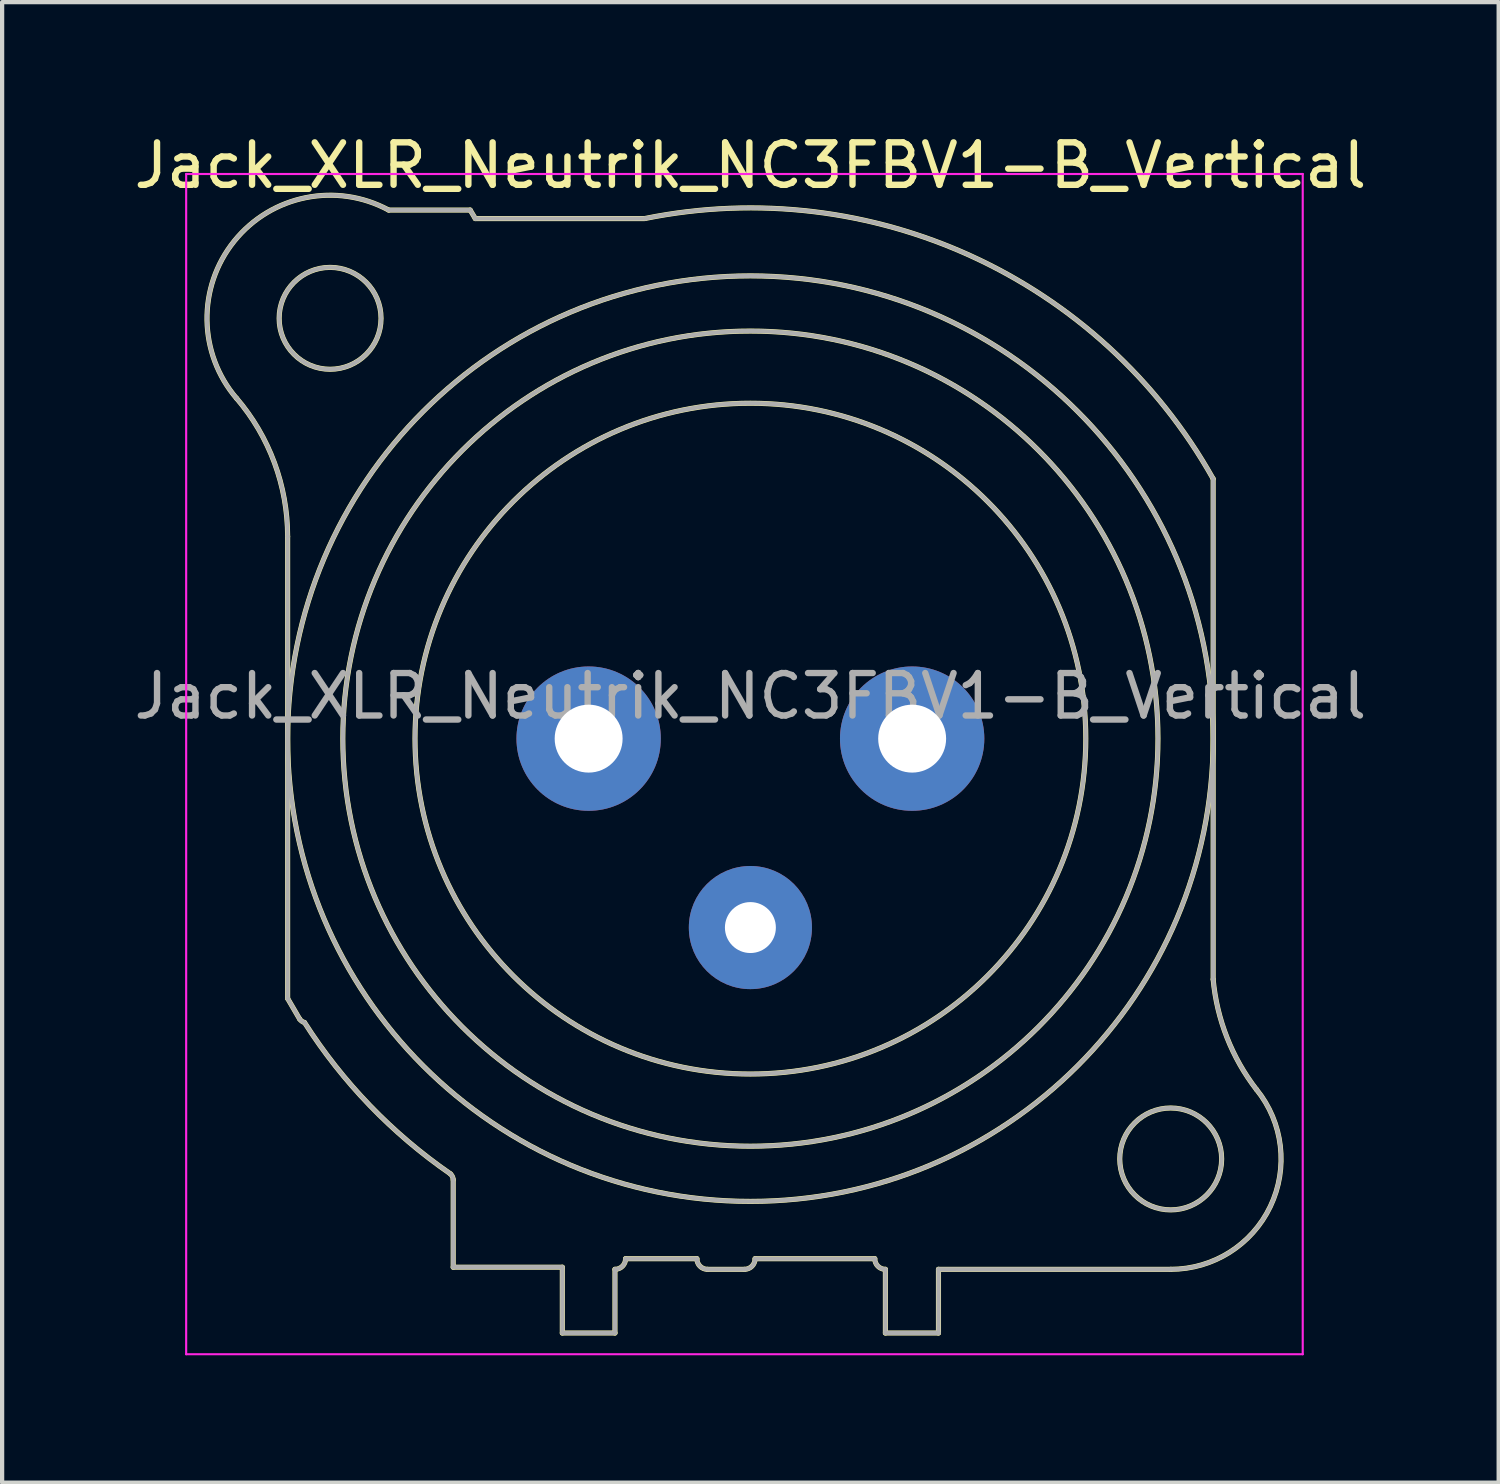
<source format=kicad_pcb>
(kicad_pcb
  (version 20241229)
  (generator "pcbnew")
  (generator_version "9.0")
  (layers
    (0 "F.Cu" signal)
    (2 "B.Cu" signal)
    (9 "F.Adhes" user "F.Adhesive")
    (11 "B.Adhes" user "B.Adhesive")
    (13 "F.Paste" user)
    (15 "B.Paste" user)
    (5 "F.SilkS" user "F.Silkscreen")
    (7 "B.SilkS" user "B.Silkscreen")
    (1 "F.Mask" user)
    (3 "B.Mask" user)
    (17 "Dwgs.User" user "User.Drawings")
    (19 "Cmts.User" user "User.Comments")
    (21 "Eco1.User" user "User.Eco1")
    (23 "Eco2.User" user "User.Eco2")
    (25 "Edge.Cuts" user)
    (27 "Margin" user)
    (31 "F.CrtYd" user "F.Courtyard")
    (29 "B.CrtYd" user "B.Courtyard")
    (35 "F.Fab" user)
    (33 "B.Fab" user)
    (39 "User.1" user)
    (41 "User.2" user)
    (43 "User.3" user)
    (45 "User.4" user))
  (footprint "Jack_XLR_Neutrik_NC3FBV1-B_Vertical"
    (layer "F.Cu")
    (at 18.435 14.348)
    (property "Reference" "Jack_XLR_Neutrik_NC3FBV1-B_Vertical" (at -3.81 -13.5 0) (layer "F.SilkS") (effects (font (size 1 1) (thickness 0.15))))
    (attr through_hole)
    (fp_line (start -14.71 -4.76) (end -14.71 6.12) (stroke (width 0.12) (type solid)) (layer "F.SilkS"))
    (fp_line (start -14.71 6.12) (end -14.43 6.6) (stroke (width 0.12) (type solid)) (layer "F.SilkS"))
    (fp_line (start -10.81 10.39) (end -10.81 12.45) (stroke (width 0.12) (type solid)) (layer "F.SilkS"))
    (fp_line (start -10.81 12.45) (end -8.24 12.45) (stroke (width 0.12) (type solid)) (layer "F.SilkS"))
    (fp_line (start -10.41 -12.45) (end -12.33 -12.45) (stroke (width 0.12) (type solid)) (layer "F.SilkS"))
    (fp_line (start -10.29 -12.25) (end -10.41 -12.45) (stroke (width 0.12) (type solid)) (layer "F.SilkS"))
    (fp_line (start -8.24 12.45) (end -8.24 14) (stroke (width 0.12) (type solid)) (layer "F.SilkS"))
    (fp_line (start -7 14) (end -8.24 14) (stroke (width 0.12) (type solid)) (layer "F.SilkS"))
    (fp_line (start -7 14) (end -7 12.5) (stroke (width 0.12) (type solid)) (layer "F.SilkS"))
    (fp_line (start -6.75 12.25) (end -5.07 12.25) (stroke (width 0.12) (type solid)) (layer "F.SilkS"))
    (fp_line (start -6.3 -12.25) (end -10.29 -12.25) (stroke (width 0.12) (type solid)) (layer "F.SilkS"))
    (fp_line (start -4.82 12.5) (end -3.95 12.5) (stroke (width 0.12) (type solid)) (layer "F.SilkS"))
    (fp_line (start -3.7 12.25) (end -0.88 12.25) (stroke (width 0.12) (type solid)) (layer "F.SilkS"))
    (fp_line (start -0.63 12.5) (end -0.63 14) (stroke (width 0.12) (type solid)) (layer "F.SilkS"))
    (fp_line (start 0.62 12.5) (end 6.09 12.5) (stroke (width 0.12) (type solid)) (layer "F.SilkS"))
    (fp_line (start 0.62 14) (end -0.63 14) (stroke (width 0.12) (type solid)) (layer "F.SilkS"))
    (fp_line (start 0.62 14) (end 0.62 12.5) (stroke (width 0.12) (type solid)) (layer "F.SilkS"))
    (fp_line (start 7.09 5.67) (end 7.09 -6.12) (stroke (width 0.12) (type solid)) (layer "F.SilkS"))
    (fp_arc (start -15.916051 -8.020379) (mid -15.021177 -6.498148) (end -14.71 -4.76) (stroke (width 0.12) (type solid)) (layer "F.SilkS"))
    (fp_arc (start -15.908884 -8.010077) (mid -15.967404 -11.719623) (end -12.33 -12.45) (stroke (width 0.12) (type solid)) (layer "F.SilkS"))
    (fp_arc (start -14.313753 6.685219) (mid -14.379716 6.653303) (end -14.43 6.6) (stroke (width 0.12) (type solid)) (layer "F.SilkS"))
    (fp_arc (start -10.879208 10.248532) (mid -12.772983 8.641241) (end -14.31 6.69) (stroke (width 0.12) (type solid)) (layer "F.SilkS"))
    (fp_arc (start -10.874359 10.252686) (mid -10.828679 10.315015) (end -10.81 10.39) (stroke (width 0.12) (type solid)) (layer "F.SilkS"))
    (fp_arc (start -6.75 12.25) (mid -6.823223 12.426777) (end -7 12.5) (stroke (width 0.12) (type solid)) (layer "F.SilkS"))
    (fp_arc (start -6.283571 -12.253402) (mid 1.401126 -11.362596) (end 7.09 -6.12) (stroke (width 0.12) (type solid)) (layer "F.SilkS"))
    (fp_arc (start -4.82 12.5) (mid -4.996777 12.426777) (end -5.07 12.25) (stroke (width 0.12) (type solid)) (layer "F.SilkS"))
    (fp_arc (start -3.7 12.25) (mid -3.773223 12.426777) (end -3.95 12.5) (stroke (width 0.12) (type solid)) (layer "F.SilkS"))
    (fp_arc (start -0.63 12.5) (mid -0.806777 12.426777) (end -0.88 12.25) (stroke (width 0.12) (type solid)) (layer "F.SilkS"))
    (fp_arc (start 8.110579 8.263767) (mid 8.436721 11.019329) (end 6.09 12.5) (stroke (width 0.12) (type solid)) (layer "F.SilkS"))
    (fp_arc (start 8.111727 8.266808) (mid 7.416073 7.041111) (end 7.09 5.67) (stroke (width 0.12) (type solid)) (layer "F.SilkS"))
    (fp_circle (center -13.71 -9.9) (end -12.51 -9.9) (stroke (width 0.12) (type solid)) (fill no) (layer "F.SilkS"))
    (fp_circle (center -3.81 0) (end 4.09 0) (stroke (width 0.12) (type solid)) (fill no) (layer "F.SilkS"))
    (fp_circle (center -3.81 0) (end 5.79 0) (stroke (width 0.12) (type solid)) (fill no) (layer "F.SilkS"))
    (fp_circle (center -3.81 0) (end 7.09 0) (stroke (width 0.12) (type solid)) (fill no) (layer "F.SilkS"))
    (fp_circle (center 6.09 9.9) (end 7.29 9.9) (stroke (width 0.12) (type solid)) (fill no) (layer "F.SilkS"))
    (fp_line (start -17.1 -13.3) (end 9.2 -13.3) (stroke (width 0.05) (type solid)) (layer "F.CrtYd"))
    (fp_line (start -17.1 14.5) (end -17.1 -13.3) (stroke (width 0.05) (type solid)) (layer "F.CrtYd"))
    (fp_line (start 9.2 -13.3) (end 9.2 14.5) (stroke (width 0.05) (type solid)) (layer "F.CrtYd"))
    (fp_line (start 9.2 14.5) (end -17.1 14.5) (stroke (width 0.05) (type solid)) (layer "F.CrtYd"))
    (fp_line (start -14.71 -4.76) (end -14.71 6.12) (stroke (width 0.1) (type solid)) (layer "F.Fab"))
    (fp_line (start -14.71 6.12) (end -14.43 6.6) (stroke (width 0.1) (type solid)) (layer "F.Fab"))
    (fp_line (start -10.81 10.39) (end -10.81 12.45) (stroke (width 0.1) (type solid)) (layer "F.Fab"))
    (fp_line (start -10.81 12.45) (end -8.24 12.45) (stroke (width 0.1) (type solid)) (layer "F.Fab"))
    (fp_line (start -10.41 -12.45) (end -12.33 -12.45) (stroke (width 0.1) (type solid)) (layer "F.Fab"))
    (fp_line (start -10.29 -12.25) (end -10.41 -12.45) (stroke (width 0.1) (type solid)) (layer "F.Fab"))
    (fp_line (start -8.24 12.45) (end -8.24 14) (stroke (width 0.1) (type solid)) (layer "F.Fab"))
    (fp_line (start -7 14) (end -8.24 14) (stroke (width 0.1) (type solid)) (layer "F.Fab"))
    (fp_line (start -7 14) (end -7 12.5) (stroke (width 0.1) (type solid)) (layer "F.Fab"))
    (fp_line (start -6.75 12.25) (end -5.07 12.25) (stroke (width 0.1) (type solid)) (layer "F.Fab"))
    (fp_line (start -6.3 -12.25) (end -10.29 -12.25) (stroke (width 0.1) (type solid)) (layer "F.Fab"))
    (fp_line (start -4.82 12.5) (end -3.95 12.5) (stroke (width 0.1) (type solid)) (layer "F.Fab"))
    (fp_line (start -3.7 12.25) (end -0.88 12.25) (stroke (width 0.1) (type solid)) (layer "F.Fab"))
    (fp_line (start -0.63 12.5) (end -0.63 14) (stroke (width 0.1) (type solid)) (layer "F.Fab"))
    (fp_line (start 0.62 12.5) (end 6.09 12.5) (stroke (width 0.1) (type solid)) (layer "F.Fab"))
    (fp_line (start 0.62 14) (end -0.63 14) (stroke (width 0.1) (type solid)) (layer "F.Fab"))
    (fp_line (start 0.62 14) (end 0.62 12.5) (stroke (width 0.1) (type solid)) (layer "F.Fab"))
    (fp_line (start 7.09 5.67) (end 7.09 -6.12) (stroke (width 0.1) (type solid)) (layer "F.Fab"))
    (fp_arc (start -15.916051 -8.020379) (mid -15.021177 -6.498148) (end -14.71 -4.76) (stroke (width 0.1) (type solid)) (layer "F.Fab"))
    (fp_arc (start -15.908884 -8.010077) (mid -15.967404 -11.719623) (end -12.33 -12.45) (stroke (width 0.1) (type solid)) (layer "F.Fab"))
    (fp_arc (start -14.313753 6.685219) (mid -14.379716 6.653303) (end -14.43 6.6) (stroke (width 0.1) (type solid)) (layer "F.Fab"))
    (fp_arc (start -10.879208 10.248532) (mid -12.772983 8.641241) (end -14.31 6.69) (stroke (width 0.1) (type solid)) (layer "F.Fab"))
    (fp_arc (start -10.874359 10.252686) (mid -10.828679 10.315015) (end -10.81 10.39) (stroke (width 0.1) (type solid)) (layer "F.Fab"))
    (fp_arc (start -6.75 12.25) (mid -6.823223 12.426777) (end -7 12.5) (stroke (width 0.1) (type solid)) (layer "F.Fab"))
    (fp_arc (start -6.283571 -12.253402) (mid 1.401126 -11.362596) (end 7.09 -6.12) (stroke (width 0.1) (type solid)) (layer "F.Fab"))
    (fp_arc (start -4.82 12.5) (mid -4.996777 12.426777) (end -5.07 12.25) (stroke (width 0.1) (type solid)) (layer "F.Fab"))
    (fp_arc (start -3.7 12.25) (mid -3.773223 12.426777) (end -3.95 12.5) (stroke (width 0.1) (type solid)) (layer "F.Fab"))
    (fp_arc (start -0.63 12.5) (mid -0.806777 12.426777) (end -0.88 12.25) (stroke (width 0.1) (type solid)) (layer "F.Fab"))
    (fp_arc (start 8.110579 8.263767) (mid 8.436721 11.019329) (end 6.09 12.5) (stroke (width 0.1) (type solid)) (layer "F.Fab"))
    (fp_arc (start 8.111727 8.266808) (mid 7.416073 7.041111) (end 7.09 5.67) (stroke (width 0.1) (type solid)) (layer "F.Fab"))
    (fp_circle (center -13.71 -9.9) (end -12.51 -9.9) (stroke (width 0.1) (type solid)) (fill no) (layer "F.Fab"))
    (fp_circle (center -3.81 0) (end 4.09 0) (stroke (width 0.1) (type solid)) (fill no) (layer "F.Fab"))
    (fp_circle (center -3.81 0) (end 5.79 0) (stroke (width 0.1) (type solid)) (fill no) (layer "F.Fab"))
    (fp_circle (center -3.81 0) (end 7.09 0) (stroke (width 0.1) (type solid)) (fill no) (layer "F.Fab"))
    (fp_circle (center 6.09 9.9) (end 7.29 9.9) (stroke (width 0.1) (type solid)) (fill no) (layer "F.Fab"))
    (fp_text user "${REFERENCE}" (at -3.81 -1 0) (layer "F.Fab") (effects (font (size 1 1) (thickness 0.15))))
    (pad "1" thru_hole circle (at 0 0) (size 3.4 3.4) (drill 1.6) (layers "*.Cu" "*.Mask"))
    (pad "2" thru_hole circle (at -7.62 0) (size 3.4 3.4) (drill 1.6) (layers "*.Cu" "*.Mask"))
    (pad "3" thru_hole circle (at -3.81 4.45) (size 2.9 2.9) (drill 1.2) (layers "*.Cu" "*.Mask")))
  (gr_rect
    (start -3 -3)
    (end 32.25 31.873)
    (stroke (width 0.1) (type default))
    (fill no)
    (layer "Edge.Cuts")))
</source>
